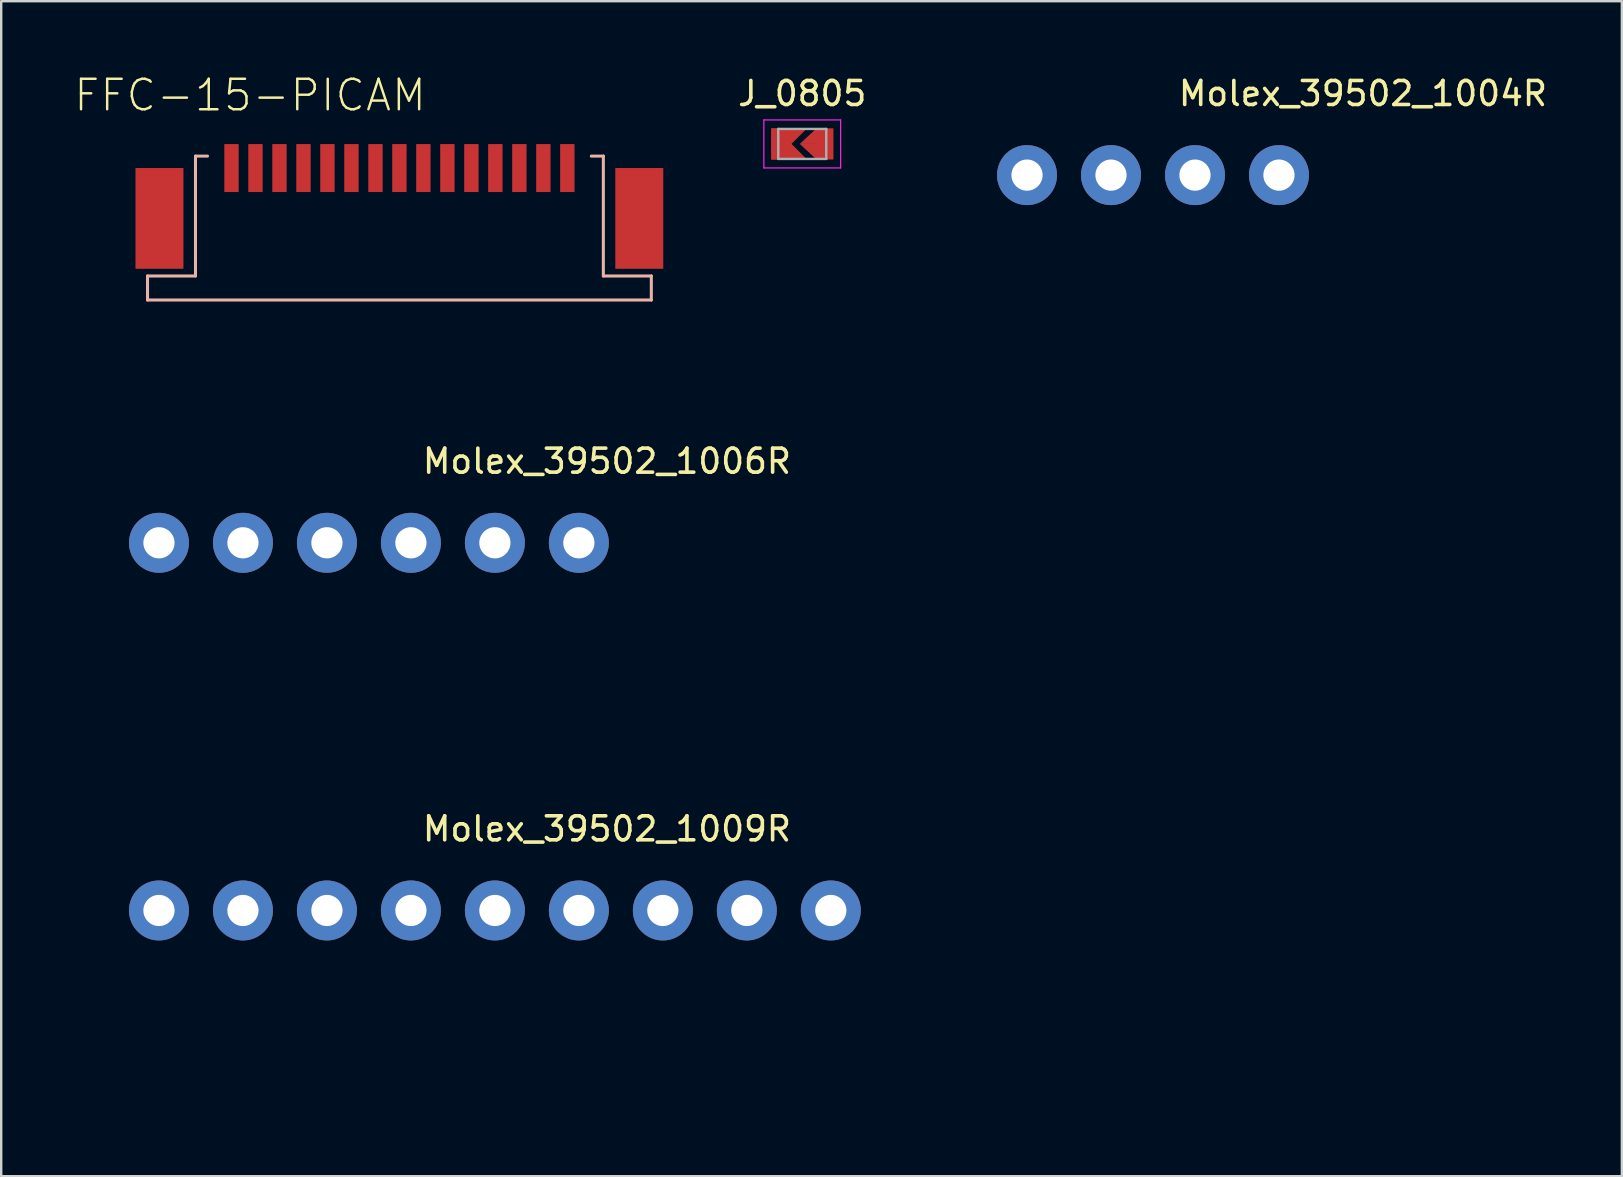
<source format=kicad_pcb>
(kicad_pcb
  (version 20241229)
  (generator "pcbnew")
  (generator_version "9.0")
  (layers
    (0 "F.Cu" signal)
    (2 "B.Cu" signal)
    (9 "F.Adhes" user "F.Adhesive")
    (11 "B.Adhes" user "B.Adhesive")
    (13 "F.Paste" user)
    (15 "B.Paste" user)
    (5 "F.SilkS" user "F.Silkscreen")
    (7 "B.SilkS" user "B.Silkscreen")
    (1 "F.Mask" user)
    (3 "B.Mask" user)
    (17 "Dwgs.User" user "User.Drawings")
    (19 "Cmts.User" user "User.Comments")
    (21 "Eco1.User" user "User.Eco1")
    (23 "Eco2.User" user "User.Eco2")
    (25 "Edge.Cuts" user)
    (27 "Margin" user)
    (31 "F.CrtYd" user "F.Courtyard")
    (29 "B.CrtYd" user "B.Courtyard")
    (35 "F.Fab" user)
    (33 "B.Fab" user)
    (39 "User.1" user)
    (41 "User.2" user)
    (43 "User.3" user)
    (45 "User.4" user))
  (footprint "Molex_39502_1006R"
    (layer "F.Cu")
    (at 3.575 19.572)
    (property "Reference" "Molex_39502_1006R" (at 18.67 -3.4 0) (layer "F.SilkS") (effects (font (size 1 1) (thickness 0.15))))
    (attr through_hole)
    (fp_line (start -3.5 -1.5) (end -3.5 8) (stroke (width 0.15) (type solid)) (layer "B.Paste"))
    (fp_line (start -3.5 -1.5) (end 21 -1.5) (stroke (width 0.15) (type solid)) (layer "B.Paste"))
    (fp_line (start -3.5 8) (end 21 8) (stroke (width 0.15) (type solid)) (layer "B.Paste"))
    (fp_line (start 21 -1.5) (end 21 8) (stroke (width 0.15) (type solid)) (layer "B.Paste"))
    (pad "1" thru_hole circle (at 0 0) (size 2.5 2.5) (drill 1.3) (layers "*.Cu" "*.Mask"))
    (pad "2" thru_hole circle (at 3.5 0) (size 2.5 2.5) (drill 1.3) (layers "*.Cu" "*.Mask"))
    (pad "3" thru_hole circle (at 7 0) (size 2.5 2.5) (drill 1.3) (layers "*.Cu" "*.Mask"))
    (pad "4" thru_hole circle (at 10.5 0) (size 2.5 2.5) (drill 1.3) (layers "*.Cu" "*.Mask"))
    (pad "5" thru_hole circle (at 14 0) (size 2.5 2.5) (drill 1.3) (layers "*.Cu" "*.Mask"))
    (pad "6" thru_hole circle (at 17.5 0) (size 2.5 2.5) (drill 1.3) (layers "*.Cu" "*.Mask")))
  (footprint "J_0805"
    (layer "F.Cu")
    (at 30.385 2.948)
    (property "Reference" "J_0805" (at 0 -2.1 0) (layer "F.SilkS") (effects (font (size 1 1) (thickness 0.15))))
    (attr smd)
    (fp_line (start -1.6 -1) (end -1.6 1) (stroke (width 0.05) (type solid)) (layer "F.CrtYd"))
    (fp_line (start -1.6 -1) (end 1.6 -1) (stroke (width 0.05) (type solid)) (layer "F.CrtYd"))
    (fp_line (start -1.6 1) (end 1.6 1) (stroke (width 0.05) (type solid)) (layer "F.CrtYd"))
    (fp_line (start 1.6 -1) (end 1.6 1) (stroke (width 0.05) (type solid)) (layer "F.CrtYd"))
    (fp_line (start -1 -0.625) (end 1 -0.625) (stroke (width 0.1) (type solid)) (layer "F.Fab"))
    (fp_line (start -1 0.625) (end -1 -0.625) (stroke (width 0.1) (type solid)) (layer "F.Fab"))
    (fp_line (start 1 -0.625) (end 1 0.625) (stroke (width 0.1) (type solid)) (layer "F.Fab"))
    (fp_line (start 1 0.625) (end -1 0.625) (stroke (width 0.1) (type solid)) (layer "F.Fab"))
    (pad "" smd rect (at 0.025 0 180) (size 0.7 1.3) (layers "F.Mask"))
    (pad "1" smd rect (at -0.95 0) (size 0.7 1.3) (layers "F.Cu" "F.Mask" "F.Paste"))
    (pad "1" smd trapezoid (at -0.55 -0.3 90) (size 0.7 0.8) (rect_delta -0.7 0) (layers "F.Cu" "F.Paste"))
    (pad "1" smd trapezoid (at -0.55 0.3 270) (size 0.7 0.8) (rect_delta -0.7 0) (layers "F.Cu" "F.Paste"))
    (pad "2" smd trapezoid (at 0.6 -0.325 270) (size 0.65 0.71) (rect_delta -0.7 0) (layers "F.Cu" "F.Paste"))
    (pad "2" smd trapezoid (at 0.6 0.325 90) (size 0.65 0.71) (rect_delta -0.7 0) (layers "F.Cu" "F.Paste"))
    (pad "2" smd rect (at 0.95 0) (size 0.7 1.3) (layers "F.Cu" "F.Mask" "F.Paste")))
  (footprint "FFC-15-PICAM"
    (layer "F.Cu")
    (at 13.596 3.954)
    (property "Reference" "FFC-15-PICAM" (at -6.223 -3.033 0) (layer "F.SilkS") (effects (font (size 1.27 1.27) (thickness 0.102))))
    (attr smd)
    (fp_line (start -10.498 4.498) (end -8.499 4.498) (stroke (width 0.127) (type solid)) (layer "B.SilkS"))
    (fp_line (start -10.498 5.499) (end -10.498 4.498) (stroke (width 0.127) (type solid)) (layer "B.SilkS"))
    (fp_line (start -10.498 5.499) (end 10.498 5.499) (stroke (width 0.127) (type solid)) (layer "B.SilkS"))
    (fp_line (start -8.499 -0.498) (end -7.998 -0.498) (stroke (width 0.127) (type solid)) (layer "B.SilkS"))
    (fp_line (start -8.499 4.498) (end -8.499 -0.498) (stroke (width 0.127) (type solid)) (layer "B.SilkS"))
    (fp_line (start 8.499 -0.498) (end 7.998 -0.498) (stroke (width 0.127) (type solid)) (layer "B.SilkS"))
    (fp_line (start 8.499 4.498) (end 8.499 -0.498) (stroke (width 0.127) (type solid)) (layer "B.SilkS"))
    (fp_line (start 10.498 4.498) (end 8.499 4.498) (stroke (width 0.127) (type solid)) (layer "B.SilkS"))
    (fp_line (start 10.498 5.499) (end 10.498 4.498) (stroke (width 0.127) (type solid)) (layer "B.SilkS"))
    (pad "1" smd rect (at 6.998 0) (size 0.599 1.999) (layers "F.Cu" "F.Mask" "F.Paste"))
    (pad "2" smd rect (at 5.999 0) (size 0.599 1.999) (layers "F.Cu" "F.Mask" "F.Paste"))
    (pad "3" smd rect (at 4.999 0) (size 0.599 1.999) (layers "F.Cu" "F.Mask" "F.Paste"))
    (pad "4" smd rect (at 3.998 0) (size 0.599 1.999) (layers "F.Cu" "F.Mask" "F.Paste"))
    (pad "5" smd rect (at 3 0) (size 0.599 1.999) (layers "F.Cu" "F.Mask" "F.Paste"))
    (pad "6" smd rect (at 1.999 0) (size 0.599 1.999) (layers "F.Cu" "F.Mask" "F.Paste"))
    (pad "7" smd rect (at 0.998 0) (size 0.599 1.999) (layers "F.Cu" "F.Mask" "F.Paste"))
    (pad "8" smd rect (at 0 0) (size 0.599 1.999) (layers "F.Cu" "F.Mask" "F.Paste"))
    (pad "9" smd rect (at -0.998 0) (size 0.599 1.999) (layers "F.Cu" "F.Mask" "F.Paste"))
    (pad "10" smd rect (at -1.999 0) (size 0.599 1.999) (layers "F.Cu" "F.Mask" "F.Paste"))
    (pad "11" smd rect (at -3 0) (size 0.599 1.999) (layers "F.Cu" "F.Mask" "F.Paste"))
    (pad "12" smd rect (at -3.998 0) (size 0.599 1.999) (layers "F.Cu" "F.Mask" "F.Paste"))
    (pad "13" smd rect (at -4.999 0) (size 0.599 1.999) (layers "F.Cu" "F.Mask" "F.Paste"))
    (pad "14" smd rect (at -5.999 0) (size 0.599 1.999) (layers "F.Cu" "F.Mask" "F.Paste"))
    (pad "15" smd rect (at -6.998 0) (size 0.599 1.999) (layers "F.Cu" "F.Mask" "F.Paste"))
    (pad "16" smd rect (at -10 2.098) (size 1.999 4.199) (layers "F.Cu" "F.Mask" "F.Paste"))
    (pad "17" smd rect (at 9.997 2.098) (size 1.999 4.199) (layers "F.Cu" "F.Mask" "F.Paste")))
  (footprint "Molex_39502_1009R"
    (layer "F.Cu")
    (at 3.575 34.895)
    (property "Reference" "Molex_39502_1009R" (at 18.67 -3.4 0) (layer "F.SilkS") (effects (font (size 1 1) (thickness 0.15))))
    (attr through_hole)
    (fp_line (start -3.5 -1.5) (end -3.5 8) (stroke (width 0.15) (type solid)) (layer "B.Paste"))
    (fp_line (start -3.5 -1.5) (end 31.5 -1.5) (stroke (width 0.15) (type solid)) (layer "B.Paste"))
    (fp_line (start -3.5 8) (end 31.5 8) (stroke (width 0.15) (type solid)) (layer "B.Paste"))
    (fp_line (start 31.5 -1.5) (end 31.5 8) (stroke (width 0.15) (type solid)) (layer "B.Paste"))
    (pad "1" thru_hole circle (at 0 0) (size 2.5 2.5) (drill 1.3) (layers "*.Cu" "*.Mask"))
    (pad "2" thru_hole circle (at 3.5 0) (size 2.5 2.5) (drill 1.3) (layers "*.Cu" "*.Mask"))
    (pad "3" thru_hole circle (at 7 0) (size 2.5 2.5) (drill 1.3) (layers "*.Cu" "*.Mask"))
    (pad "4" thru_hole circle (at 10.5 0) (size 2.5 2.5) (drill 1.3) (layers "*.Cu" "*.Mask"))
    (pad "5" thru_hole circle (at 14 0) (size 2.5 2.5) (drill 1.3) (layers "*.Cu" "*.Mask"))
    (pad "6" thru_hole circle (at 17.5 0) (size 2.5 2.5) (drill 1.3) (layers "*.Cu" "*.Mask"))
    (pad "7" thru_hole circle (at 21 0) (size 2.5 2.5) (drill 1.3) (layers "*.Cu" "*.Mask"))
    (pad "8" thru_hole circle (at 24.5 0) (size 2.5 2.5) (drill 1.3) (layers "*.Cu" "*.Mask"))
    (pad "9" thru_hole circle (at 28 0) (size 2.5 2.5) (drill 1.3) (layers "*.Cu" "*.Mask")))
  (footprint "Molex_39502_1004R"
    (layer "F.Cu")
    (at 39.752 4.248)
    (property "Reference" "Molex_39502_1004R" (at 14 -3.4 0) (layer "F.SilkS") (effects (font (size 1 1) (thickness 0.15))))
    (attr through_hole)
    (fp_line (start -3.5 -1.5) (end -3.5 8) (stroke (width 0.15) (type solid)) (layer "B.Paste"))
    (fp_line (start -3.5 -1.5) (end 14 -1.5) (stroke (width 0.15) (type solid)) (layer "B.Paste"))
    (fp_line (start -3.5 8) (end 14 8) (stroke (width 0.15) (type solid)) (layer "B.Paste"))
    (fp_line (start 14 -1.51) (end 14 7.99) (stroke (width 0.15) (type solid)) (layer "B.Paste"))
    (pad "1" thru_hole circle (at 0 0) (size 2.5 2.5) (drill 1.3) (layers "*.Cu" "*.Mask"))
    (pad "2" thru_hole circle (at 3.5 0) (size 2.5 2.5) (drill 1.3) (layers "*.Cu" "*.Mask"))
    (pad "3" thru_hole circle (at 7 0) (size 2.5 2.5) (drill 1.3) (layers "*.Cu" "*.Mask"))
    (pad "4" thru_hole circle (at 10.5 0) (size 2.5 2.5) (drill 1.3) (layers "*.Cu" "*.Mask")))
  (gr_rect
    (start -3 -3)
    (end 64.543 45.97)
    (stroke (width 0.1) (type default))
    (fill no)
    (layer "Edge.Cuts")))
</source>
